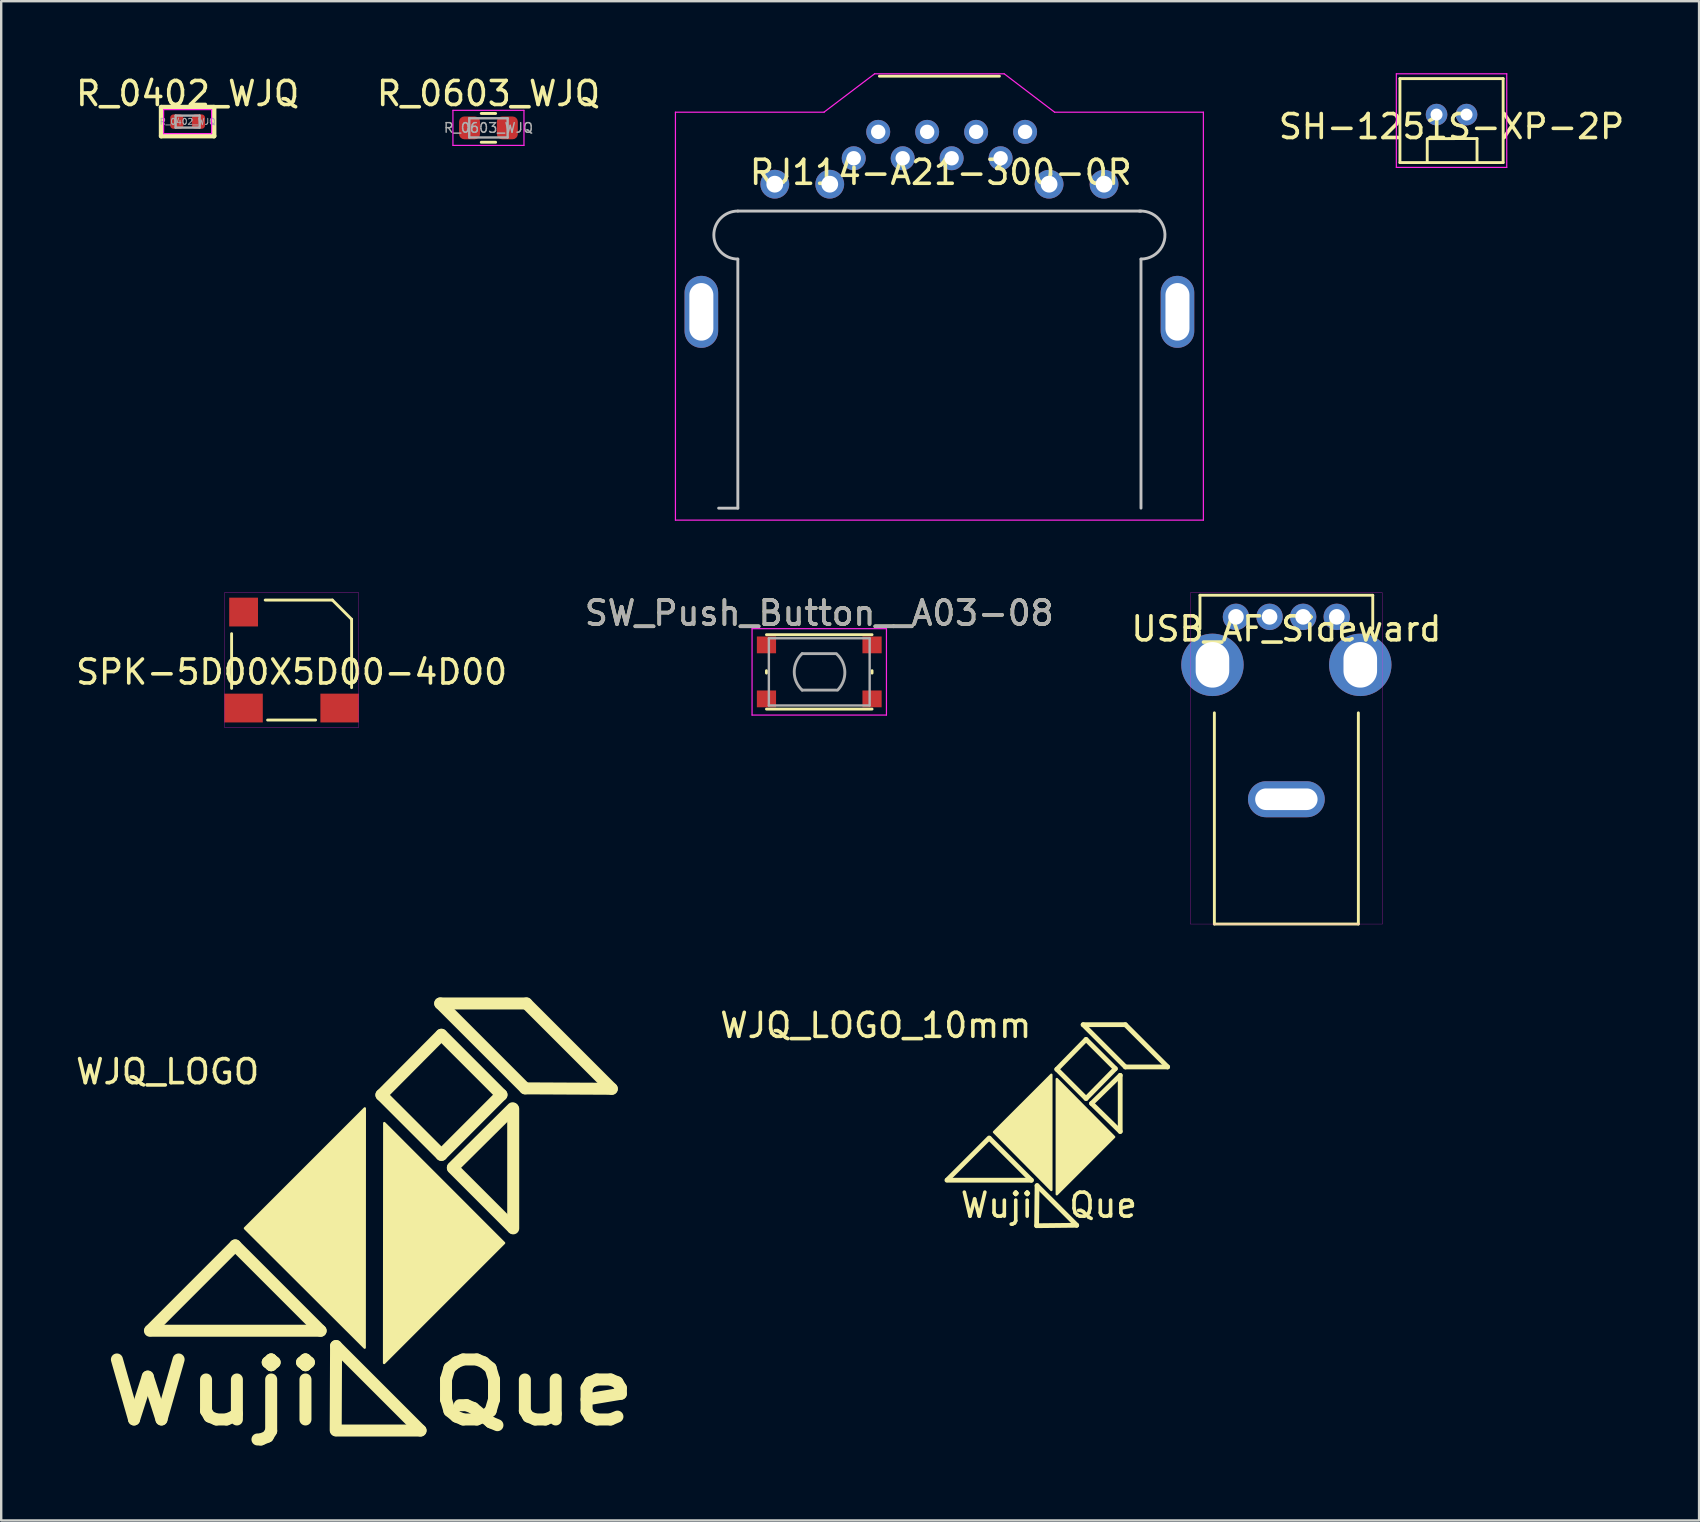
<source format=kicad_pcb>
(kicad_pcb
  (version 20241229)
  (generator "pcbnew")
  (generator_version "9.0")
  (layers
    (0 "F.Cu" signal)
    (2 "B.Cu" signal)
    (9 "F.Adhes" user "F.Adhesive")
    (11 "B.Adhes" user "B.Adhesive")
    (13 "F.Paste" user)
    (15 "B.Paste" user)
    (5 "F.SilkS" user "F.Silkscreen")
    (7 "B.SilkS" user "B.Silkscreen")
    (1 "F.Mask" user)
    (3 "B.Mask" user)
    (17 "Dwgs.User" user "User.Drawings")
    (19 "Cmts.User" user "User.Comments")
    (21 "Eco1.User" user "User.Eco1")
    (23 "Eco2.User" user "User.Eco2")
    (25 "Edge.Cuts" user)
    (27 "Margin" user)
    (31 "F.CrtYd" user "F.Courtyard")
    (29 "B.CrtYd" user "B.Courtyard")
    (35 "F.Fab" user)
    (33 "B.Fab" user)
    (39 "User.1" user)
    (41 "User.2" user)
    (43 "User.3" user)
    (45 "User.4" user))
  (footprint "WJQ_LOGO"
    (layer "F.Cu")
    (at 11.148 40.695)
    (property "Reference" "WJQ_LOGO" (at -7.214 0.914 0) (layer "F.SilkS") (effects (font (size 1 1) (thickness 0.15))))
    (attr through_hole)
    (fp_line (start -7.95 11.709) (end -0.838 11.709) (stroke (width 0.5) (type solid)) (layer "F.SilkS"))
    (fp_line (start -4.394 8.153) (end -7.932 11.691) (stroke (width 0.5) (type solid)) (layer "F.SilkS"))
    (fp_line (start -0.838 11.709) (end -4.394 8.153) (stroke (width 0.5) (type solid)) (layer "F.SilkS"))
    (fp_line (start -0.194 12.346) (end -0.209 15.851) (stroke (width 0.5) (type solid)) (layer "F.SilkS"))
    (fp_line (start -0.194 15.866) (end 3.326 15.866) (stroke (width 0.5) (type solid)) (layer "F.SilkS"))
    (fp_line (start 1.697 1.882) (end 4.196 4.379) (stroke (width 0.5) (type solid)) (layer "F.SilkS"))
    (fp_line (start 3.326 15.866) (end -0.194 12.346) (stroke (width 0.5) (type solid)) (layer "F.SilkS"))
    (fp_line (start 4.147 -1.93) (end 7.74 -1.93) (stroke (width 0.5) (type solid)) (layer "F.SilkS"))
    (fp_line (start 4.191 -0.625) (end 1.697 1.882) (stroke (width 0.5) (type solid)) (layer "F.SilkS"))
    (fp_line (start 4.196 4.379) (end 6.698 1.875) (stroke (width 0.5) (type solid)) (layer "F.SilkS"))
    (fp_line (start 4.674 4.928) (end 7.163 7.417) (stroke (width 0.5) (type solid)) (layer "F.SilkS"))
    (fp_line (start 6.698 1.875) (end 4.199 -0.625) (stroke (width 0.5) (type solid)) (layer "F.SilkS"))
    (fp_line (start 7.163 2.438) (end 4.674 4.906) (stroke (width 0.5) (type solid)) (layer "F.SilkS"))
    (fp_line (start 7.188 7.442) (end 7.188 2.464) (stroke (width 0.5) (type solid)) (layer "F.SilkS"))
    (fp_line (start 7.686 1.608) (end 4.147 -1.93) (stroke (width 0.5) (type solid)) (layer "F.SilkS"))
    (fp_line (start 7.74 -1.93) (end 11.296 1.626) (stroke (width 0.5) (type solid)) (layer "F.SilkS"))
    (fp_line (start 11.296 1.626) (end 7.686 1.608) (stroke (width 0.5) (type solid)) (layer "F.SilkS"))
    (fp_poly (pts (xy -3.988 7.442) (xy -3.99 7.437) (xy 1.003 2.443) (xy 0.998 12.413)) (stroke (width 0.1) (type solid)) (fill yes) (layer "F.SilkS"))
    (fp_poly (pts (xy 1.816 3.056) (xy 6.807 8.052) (xy 1.808 13.051) (xy 1.808 13.045)) (stroke (width 0.1) (type solid)) (fill yes) (layer "F.SilkS"))
    (fp_text user "Wuji  Que" (at 1.245 14.275 0) (layer "F.SilkS") (effects (font (size 2.5 3) (thickness 0.5)))))
  (footprint "WJQ_LOGO_10mm"
    (layer "F.Cu")
    (at 40.658 38.765)
    (property "Reference" "WJQ_LOGO_10mm" (at -7.214 0.914 0) (layer "F.SilkS") (effects (font (size 1 1) (thickness 0.15))))
    (attr through_hole)
    (fp_line (start -4.249 7.366) (end -0.729 7.366) (stroke (width 0.2) (type solid)) (layer "F.SilkS"))
    (fp_line (start -2.489 5.606) (end -4.231 7.348) (stroke (width 0.2) (type solid)) (layer "F.SilkS"))
    (fp_line (start -0.729 7.366) (end -2.471 5.624) (stroke (width 0.2) (type solid)) (layer "F.SilkS"))
    (fp_line (start -0.511 9.261) (end 1.159 9.243) (stroke (width 0.2) (type solid)) (layer "F.SilkS"))
    (fp_line (start -0.493 7.591) (end -0.511 9.261) (stroke (width 0.2) (type solid)) (layer "F.SilkS"))
    (fp_line (start 0.33 2.743) (end 1.549 1.499) (stroke (width 0.2) (type solid)) (layer "F.SilkS"))
    (fp_line (start 1.159 9.243) (end -0.493 7.591) (stroke (width 0.2) (type solid)) (layer "F.SilkS"))
    (fp_line (start 1.428 0.885) (end 3.188 2.645) (stroke (width 0.2) (type solid)) (layer "F.SilkS"))
    (fp_line (start 1.549 1.499) (end 2.769 2.718) (stroke (width 0.2) (type solid)) (layer "F.SilkS"))
    (fp_line (start 1.549 3.962) (end 0.33 2.743) (stroke (width 0.2) (type solid)) (layer "F.SilkS"))
    (fp_line (start 1.778 4.166) (end 2.972 5.334) (stroke (width 0.2) (type solid)) (layer "F.SilkS"))
    (fp_line (start 2.769 2.718) (end 1.549 3.962) (stroke (width 0.2) (type solid)) (layer "F.SilkS"))
    (fp_line (start 2.972 2.997) (end 1.778 4.166) (stroke (width 0.2) (type solid)) (layer "F.SilkS"))
    (fp_line (start 2.972 5.334) (end 2.972 2.997) (stroke (width 0.2) (type solid)) (layer "F.SilkS"))
    (fp_line (start 3.188 0.885) (end 1.428 0.885) (stroke (width 0.2) (type solid)) (layer "F.SilkS"))
    (fp_line (start 3.188 2.645) (end 4.948 2.645) (stroke (width 0.2) (type solid)) (layer "F.SilkS"))
    (fp_line (start 4.948 2.645) (end 3.188 0.885) (stroke (width 0.2) (type solid)) (layer "F.SilkS"))
    (fp_poly (pts (xy -2.286 5.359) (xy 0.102 2.972) (xy 0.102 7.772)) (stroke (width 0.1) (type solid)) (fill yes) (layer "F.SilkS"))
    (fp_poly (pts (xy 2.718 5.563) (xy 0.33 7.95) (xy 0.33 3.15)) (stroke (width 0.1) (type solid)) (fill yes) (layer "F.SilkS"))
    (fp_text user "Wuji  Que" (at 0 8.407 0) (layer "F.SilkS") (effects (font (size 1 1) (thickness 0.15)))))
  (footprint "R_0402_WJQ"
    (layer "F.Cu")
    (at 4.768 2.018)
    (property "Reference" "R_0402_WJQ" (at 0 -1.17 0) (layer "F.SilkS") (effects (font (size 1 1) (thickness 0.15))))
    (attr smd)
    (fp_line (start -1.1 -0.6) (end 1.1 -0.6) (stroke (width 0.2) (type solid)) (layer "F.SilkS"))
    (fp_line (start -1.1 0.6) (end -1.1 -0.6) (stroke (width 0.2) (type solid)) (layer "F.SilkS"))
    (fp_line (start 1.1 -0.6) (end 1.1 0.6) (stroke (width 0.2) (type solid)) (layer "F.SilkS"))
    (fp_line (start 1.1 0.6) (end -1.1 0.6) (stroke (width 0.2) (type solid)) (layer "F.SilkS"))
    (fp_line (start -1 -0.5) (end 1 -0.5) (stroke (width 0.05) (type solid)) (layer "F.CrtYd"))
    (fp_line (start -1 0.5) (end -1 -0.5) (stroke (width 0.05) (type solid)) (layer "F.CrtYd"))
    (fp_line (start 1 -0.5) (end 1 0.5) (stroke (width 0.05) (type solid)) (layer "F.CrtYd"))
    (fp_line (start 1 0.5) (end -1 0.5) (stroke (width 0.05) (type solid)) (layer "F.CrtYd"))
    (fp_line (start -0.5 -0.25) (end 0.5 -0.25) (stroke (width 0.1) (type solid)) (layer "F.Fab"))
    (fp_line (start -0.5 0.25) (end -0.5 -0.25) (stroke (width 0.1) (type solid)) (layer "F.Fab"))
    (fp_line (start 0.5 -0.25) (end 0.5 0.25) (stroke (width 0.1) (type solid)) (layer "F.Fab"))
    (fp_line (start 0.5 0.25) (end -0.5 0.25) (stroke (width 0.1) (type solid)) (layer "F.Fab"))
    (fp_text user "${REFERENCE}" (at 0 0 0) (layer "F.Fab") (effects (font (size 0.25 0.25) (thickness 0.04))))
    (pad "1" smd roundrect (at -0.45 0) (size 0.55 0.6) (layers "F.Cu" "F.Mask" "F.Paste") (roundrect_rratio 0.25))
    (pad "2" smd roundrect (at 0.45 0) (size 0.55 0.6) (layers "F.Cu" "F.Mask" "F.Paste") (roundrect_rratio 0.25)))
  (footprint "R_0603_WJQ"
    (layer "F.Cu")
    (at 17.304 2.278)
    (property "Reference" "R_0603_WJQ" (at 0 -1.43 0) (layer "F.SilkS") (effects (font (size 1 1) (thickness 0.15))))
    (attr smd)
    (fp_line (start -0.3 -0.6) (end 0.3 -0.6) (stroke (width 0.12) (type solid)) (layer "F.SilkS"))
    (fp_line (start -0.3 0.6) (end 0.3 0.6) (stroke (width 0.12) (type solid)) (layer "F.SilkS"))
    (fp_line (start -1.48 -0.73) (end 1.48 -0.73) (stroke (width 0.05) (type solid)) (layer "F.CrtYd"))
    (fp_line (start -1.48 0.73) (end -1.48 -0.73) (stroke (width 0.05) (type solid)) (layer "F.CrtYd"))
    (fp_line (start 1.48 -0.73) (end 1.48 0.73) (stroke (width 0.05) (type solid)) (layer "F.CrtYd"))
    (fp_line (start 1.48 0.73) (end -1.48 0.73) (stroke (width 0.05) (type solid)) (layer "F.CrtYd"))
    (fp_line (start -0.8 -0.4) (end 0.8 -0.4) (stroke (width 0.1) (type solid)) (layer "F.Fab"))
    (fp_line (start -0.8 0.4) (end -0.8 -0.4) (stroke (width 0.1) (type solid)) (layer "F.Fab"))
    (fp_line (start 0.8 -0.4) (end 0.8 0.4) (stroke (width 0.1) (type solid)) (layer "F.Fab"))
    (fp_line (start 0.8 0.4) (end -0.8 0.4) (stroke (width 0.1) (type solid)) (layer "F.Fab"))
    (fp_text user "${REFERENCE}" (at 0 0 0) (layer "F.Fab") (effects (font (size 0.4 0.4) (thickness 0.06))))
    (pad "1" smd roundrect (at -0.787 0) (size 0.875 0.95) (layers "F.Cu" "F.Mask" "F.Paste") (roundrect_rratio 0.25))
    (pad "2" smd roundrect (at 0.787 0) (size 0.875 0.95) (layers "F.Cu" "F.Mask" "F.Paste") (roundrect_rratio 0.25)))
  (footprint "USB_AF_Sideward"
    (layer "F.Cu")
    (at 50.554 22.655)
    (property "Reference" "USB_AF_Sideward" (at 0 0.5 0) (layer "F.SilkS") (effects (font (size 1 1) (thickness 0.15))))
    (attr through_hole)
    (fp_line (start -3.6 -0.9) (end -3.6 0.5) (stroke (width 0.12) (type solid)) (layer "F.SilkS"))
    (fp_line (start -3.6 -0.9) (end 3.6 -0.9) (stroke (width 0.12) (type solid)) (layer "F.SilkS"))
    (fp_line (start -3 4) (end -3 12.8) (stroke (width 0.12) (type solid)) (layer "F.SilkS"))
    (fp_line (start -3 12.8) (end 3 12.8) (stroke (width 0.12) (type solid)) (layer "F.SilkS"))
    (fp_line (start 3 4) (end 3 12.8) (stroke (width 0.12) (type solid)) (layer "F.SilkS"))
    (fp_line (start 3.6 -0.9) (end 3.6 0.5) (stroke (width 0.12) (type solid)) (layer "F.SilkS"))
    (fp_line (start -4 -1) (end 4 -1) (stroke (width 0.01) (type solid)) (layer "F.CrtYd"))
    (fp_line (start -4 12.8) (end -4 -1) (stroke (width 0.01) (type solid)) (layer "F.CrtYd"))
    (fp_line (start 4 -1) (end 4 12.8) (stroke (width 0.01) (type solid)) (layer "F.CrtYd"))
    (fp_line (start 4 12.8) (end -4 12.8) (stroke (width 0.01) (type solid)) (layer "F.CrtYd"))
    (pad "1" thru_hole circle (at -2.1 0) (size 1.1 1.1) (drill 0.65) (layers "*.Cu" "*.Mask"))
    (pad "2" thru_hole circle (at -0.7 0) (size 1.1 1.1) (drill 0.65) (layers "*.Cu" "*.Mask"))
    (pad "3" thru_hole circle (at 0.7 0) (size 1.1 1.1) (drill 0.65) (layers "*.Cu" "*.Mask"))
    (pad "4" thru_hole circle (at 2.1 0) (size 1.1 1.1) (drill 0.65) (layers "*.Cu" "*.Mask"))
    (pad "5" thru_hole circle (at -3.08 2) (size 2.6 2.6) (drill oval 1.4 1.9) (layers "*.Cu" "*.Mask"))
    (pad "5" thru_hole oval (at 0 7.6) (size 3.2 1.5) (drill oval 2.6 0.9) (layers "*.Cu" "*.Mask"))
    (pad "5" thru_hole circle (at 3.08 2) (size 2.6 2.6) (drill oval 1.4 1.9) (layers "*.Cu" "*.Mask")))
  (footprint "SH-1251S-XP-2P"
    (layer "F.Cu")
    (at 57.437 1.725)
    (property "Reference" "SH-1251S-XP-2P" (at 0 0.5 0) (layer "F.SilkS") (effects (font (size 1 1) (thickness 0.15))))
    (attr through_hole)
    (fp_line (start -2.15 -1.5) (end -2.15 2) (stroke (width 0.12) (type solid)) (layer "F.SilkS"))
    (fp_line (start -2.15 2) (end 2.15 2) (stroke (width 0.12) (type solid)) (layer "F.SilkS"))
    (fp_line (start -1.013 1.011) (end -1.013 1.984) (stroke (width 0.12) (type solid)) (layer "F.SilkS"))
    (fp_line (start -0.991 1.003) (end 1.062 0.998) (stroke (width 0.12) (type solid)) (layer "F.SilkS"))
    (fp_line (start 1.062 0.998) (end 1.062 1.961) (stroke (width 0.12) (type solid)) (layer "F.SilkS"))
    (fp_line (start 2.15 -1.5) (end -2.15 -1.5) (stroke (width 0.12) (type solid)) (layer "F.SilkS"))
    (fp_line (start 2.15 -1.5) (end 2.15 2) (stroke (width 0.12) (type solid)) (layer "F.SilkS"))
    (fp_line (start -2.3 -1.7) (end -2.3 2.2) (stroke (width 0.05) (type solid)) (layer "F.CrtYd"))
    (fp_line (start -2.3 2.2) (end 2.3 2.2) (stroke (width 0.05) (type solid)) (layer "F.CrtYd"))
    (fp_line (start 2.3 -1.7) (end -2.3 -1.7) (stroke (width 0.05) (type solid)) (layer "F.CrtYd"))
    (fp_line (start 2.3 2.2) (end 2.3 -1.7) (stroke (width 0.05) (type solid)) (layer "F.CrtYd"))
    (pad "1" thru_hole circle (at -0.625 0) (size 0.9 0.9) (drill 0.5) (layers "*.Cu" "*.Mask"))
    (pad "2" thru_hole circle (at 0.625 0) (size 0.9 0.9) (drill 0.5) (layers "*.Cu" "*.Mask")))
  (footprint "RJ114-A21-300-0R"
    (layer "F.Cu")
    (at 36.096 4.625)
    (property "Reference" "RJ114-A21-300-0R" (at 0.058 -0.493 0) (layer "F.SilkS") (effects (font (size 1 1) (thickness 0.15))))
    (attr through_hole)
    (fp_line (start -2.5 -4.5) (end 2.5 -4.5) (stroke (width 0.12) (type solid)) (layer "F.SilkS"))
    (fp_line (start -8.4 1.12) (end 8.4 1.12) (stroke (width 0.12) (type solid)) (layer "Dwgs.User"))
    (fp_line (start -8.4 3.12) (end -8.4 13.5) (stroke (width 0.12) (type solid)) (layer "Dwgs.User"))
    (fp_line (start -8.4 13.5) (end -9.2 13.5) (stroke (width 0.12) (type solid)) (layer "Dwgs.User"))
    (fp_line (start 8.4 3.12) (end 8.4 13.5) (stroke (width 0.12) (type solid)) (layer "Dwgs.User"))
    (fp_arc (start -8.4 3.12) (mid -9.4 2.12) (end -8.4 1.12) (stroke (width 0.12) (type solid)) (layer "Dwgs.User"))
    (fp_arc (start 8.331985 1.122316) (mid 9.399421 2.085973) (end 8.4 3.12) (stroke (width 0.12) (type solid)) (layer "Dwgs.User"))
    (fp_line (start -11 -3) (end -11 14) (stroke (width 0.05) (type solid)) (layer "F.CrtYd"))
    (fp_line (start -11 14) (end 11 14) (stroke (width 0.05) (type solid)) (layer "F.CrtYd"))
    (fp_line (start -4.8 -3) (end -11 -3) (stroke (width 0.05) (type solid)) (layer "F.CrtYd"))
    (fp_line (start -2.7 -4.6) (end -4.805 -3.005) (stroke (width 0.05) (type solid)) (layer "F.CrtYd"))
    (fp_line (start 2.7 -4.6) (end -2.7 -4.6) (stroke (width 0.05) (type solid)) (layer "F.CrtYd"))
    (fp_line (start 4.8 -3) (end 2.7 -4.6) (stroke (width 0.05) (type solid)) (layer "F.CrtYd"))
    (fp_line (start 11 -3) (end 4.8 -3) (stroke (width 0.05) (type solid)) (layer "F.CrtYd"))
    (fp_line (start 11 14) (end 11 -3) (stroke (width 0.05) (type solid)) (layer "F.CrtYd"))
    (pad "1" thru_hole circle (at 3.57 -2.18) (size 1 1) (drill 0.6) (layers "*.Cu" "*.Mask"))
    (pad "2" thru_hole circle (at 2.55 -1.08) (size 1 1) (drill 0.6) (layers "*.Cu" "*.Mask"))
    (pad "3" thru_hole circle (at 1.53 -2.18) (size 1 1) (drill 0.6) (layers "*.Cu" "*.Mask"))
    (pad "4" thru_hole circle (at 0.51 -1.08) (size 1 1) (drill 0.6) (layers "*.Cu" "*.Mask"))
    (pad "5" thru_hole circle (at -0.51 -2.18) (size 1 1) (drill 0.6) (layers "*.Cu" "*.Mask"))
    (pad "6" thru_hole circle (at -1.53 -1.08) (size 1 1) (drill 0.6) (layers "*.Cu" "*.Mask"))
    (pad "7" thru_hole circle (at -2.55 -2.18) (size 1 1) (drill 0.6) (layers "*.Cu" "*.Mask"))
    (pad "8" thru_hole circle (at -3.57 -1.08) (size 1 1) (drill 0.6) (layers "*.Cu" "*.Mask"))
    (pad "9" thru_hole circle (at 6.86 0) (size 1.2 1.2) (drill 0.7) (layers "*.Cu" "*.Mask"))
    (pad "10" thru_hole circle (at 4.57 0) (size 1.2 1.2) (drill 0.7) (layers "*.Cu" "*.Mask"))
    (pad "11" thru_hole circle (at -4.57 0) (size 1.2 1.2) (drill 0.7) (layers "*.Cu" "*.Mask"))
    (pad "12" thru_hole circle (at -6.86 0) (size 1.2 1.2) (drill 0.7) (layers "*.Cu" "*.Mask"))
    (pad "13" thru_hole oval (at -9.92 5.32) (size 1.4 3) (drill oval 1 2.4) (layers "*.Cu" "*.Mask"))
    (pad "14" thru_hole oval (at 9.92 5.32) (size 1.4 3) (drill oval 1 2.4) (layers "*.Cu" "*.Mask")))
  (footprint "SPK-5D00X5D00-4D00"
    (layer "F.Cu")
    (at 9.101 24.455)
    (property "Reference" "SPK-5D00X5D00-4D00" (at 0 0.5 0) (layer "F.SilkS") (effects (font (size 1 1) (thickness 0.15))))
    (attr through_hole)
    (fp_line (start -2.5 -1.1) (end -2.5 1.18) (stroke (width 0.12) (type solid)) (layer "F.SilkS"))
    (fp_line (start -1.1 -2.5) (end 1.7 -2.5) (stroke (width 0.12) (type solid)) (layer "F.SilkS"))
    (fp_line (start -1 2.5) (end 1 2.5) (stroke (width 0.12) (type solid)) (layer "F.SilkS"))
    (fp_line (start 1.7 -2.5) (end 2.5 -1.7) (stroke (width 0.12) (type solid)) (layer "F.SilkS"))
    (fp_line (start 2.5 1.15) (end 2.5 -1.7) (stroke (width 0.12) (type solid)) (layer "F.SilkS"))
    (fp_line (start -2.8 -2.8) (end -2.8 2.8) (stroke (width 0.01) (type solid)) (layer "F.CrtYd"))
    (fp_line (start -2.8 2.8) (end 2.8 2.8) (stroke (width 0.01) (type solid)) (layer "F.CrtYd"))
    (fp_line (start 2.8 -2.8) (end -2.8 -2.8) (stroke (width 0.01) (type solid)) (layer "F.CrtYd"))
    (fp_line (start 2.8 2.8) (end 2.8 -2.8) (stroke (width 0.01) (type solid)) (layer "F.CrtYd"))
    (pad "1" smd rect (at -2 2) (size 1.6 1.2) (layers "F.Cu" "F.Mask" "F.Paste"))
    (pad "2" smd rect (at 2 2) (size 1.6 1.2) (layers "F.Cu" "F.Mask" "F.Paste"))
    (pad "3" smd rect (at -2 -2) (size 1.2 1.2) (layers "F.Cu" "F.Mask" "F.Paste")))
  (footprint "SW_Push_Button__A03-08"
    (layer "F.Cu")
    (at 31.089 24.948)
    (property "Reference" "SW_Push_Button__A03-08" (at 0 -2.45 0) (layer "F.SilkS") (effects (font (size 1 1) (thickness 0.15))))
    (attr smd)
    (fp_line (start -2.2 0.05) (end -2.2 -0.05) (stroke (width 0.12) (type solid)) (layer "F.SilkS"))
    (fp_line (start -2.2 1.55) (end 2.2 1.55) (stroke (width 0.12) (type solid)) (layer "F.SilkS"))
    (fp_line (start 2.2 -1.55) (end -2.2 -1.55) (stroke (width 0.12) (type solid)) (layer "F.SilkS"))
    (fp_line (start 2.2 0.05) (end 2.2 -0.05) (stroke (width 0.12) (type solid)) (layer "F.SilkS"))
    (fp_line (start -2.8 -1.8) (end 2.8 -1.8) (stroke (width 0.05) (type solid)) (layer "F.CrtYd"))
    (fp_line (start -2.8 1.8) (end -2.8 -1.8) (stroke (width 0.05) (type solid)) (layer "F.CrtYd"))
    (fp_line (start 2.8 -1.8) (end 2.8 1.8) (stroke (width 0.05) (type solid)) (layer "F.CrtYd"))
    (fp_line (start 2.8 1.8) (end -2.8 1.8) (stroke (width 0.05) (type solid)) (layer "F.CrtYd"))
    (fp_line (start -2.1 -1.4) (end 2.1 -1.4) (stroke (width 0.1) (type solid)) (layer "F.Fab"))
    (fp_line (start -2.1 1.4) (end -2.1 -1.4) (stroke (width 0.1) (type solid)) (layer "F.Fab"))
    (fp_line (start -0.71 -0.76) (end 0.71 -0.76) (stroke (width 0.12) (type solid)) (layer "F.Fab"))
    (fp_line (start -0.71 0.76) (end 0.71 0.76) (stroke (width 0.12) (type solid)) (layer "F.Fab"))
    (fp_line (start 2.1 -1.4) (end 2.1 1.4) (stroke (width 0.1) (type solid)) (layer "F.Fab"))
    (fp_line (start 2.1 1.4) (end -2.1 1.4) (stroke (width 0.1) (type solid)) (layer "F.Fab"))
    (fp_arc (start -0.711862 0.76138) (mid -1.042328 -0.000454) (end -0.711199 -0.761999) (stroke (width 0.12) (type solid)) (layer "F.Fab"))
    (fp_arc (start 0.737172 -0.735216) (mid 1.066965 0.008129) (end 0.761999 0.761999) (stroke (width 0.12) (type solid)) (layer "F.Fab"))
    (fp_text user "${REFERENCE}" (at 0 -2.45 0) (layer "F.Fab") (effects (font (size 1 1) (thickness 0.15))))
    (pad "1" smd rect (at -2.2 -1.125) (size 0.8 0.7) (layers "F.Cu" "F.Mask" "F.Paste"))
    (pad "1" smd rect (at 2.2 -1.125) (size 0.8 0.7) (layers "F.Cu" "F.Mask" "F.Paste"))
    (pad "2" smd rect (at -2.2 1.125) (size 0.8 0.7) (layers "F.Cu" "F.Mask" "F.Paste"))
    (pad "2" smd rect (at 2.2 1.125) (size 0.8 0.7) (layers "F.Cu" "F.Mask" "F.Paste")))
  (gr_rect
    (start -3 -3)
    (end 67.752 60.31)
    (stroke (width 0.1) (type default))
    (fill no)
    (layer "Edge.Cuts")))
</source>
